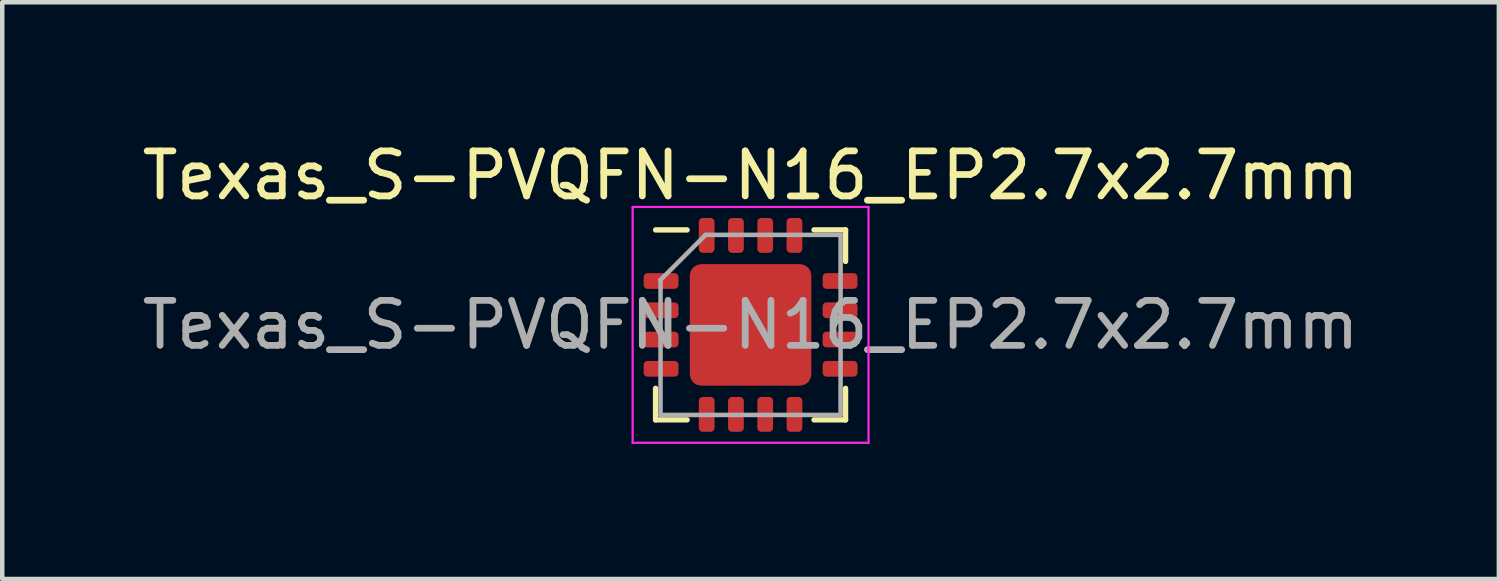
<source format=kicad_pcb>
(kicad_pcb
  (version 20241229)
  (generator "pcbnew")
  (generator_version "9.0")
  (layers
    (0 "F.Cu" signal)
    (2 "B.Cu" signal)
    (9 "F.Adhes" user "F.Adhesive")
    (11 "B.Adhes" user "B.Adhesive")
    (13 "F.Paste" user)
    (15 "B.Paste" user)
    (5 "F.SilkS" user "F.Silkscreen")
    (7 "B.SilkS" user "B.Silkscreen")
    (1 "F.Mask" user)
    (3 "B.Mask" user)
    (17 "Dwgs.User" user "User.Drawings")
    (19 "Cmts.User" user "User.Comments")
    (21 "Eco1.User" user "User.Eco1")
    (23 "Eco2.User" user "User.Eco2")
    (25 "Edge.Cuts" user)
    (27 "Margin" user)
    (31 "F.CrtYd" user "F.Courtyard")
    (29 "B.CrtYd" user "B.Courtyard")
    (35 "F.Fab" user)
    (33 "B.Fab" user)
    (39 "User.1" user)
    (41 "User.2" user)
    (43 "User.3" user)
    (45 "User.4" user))
  (footprint "Texas_S-PVQFN-N16_EP2.7x2.7mm"
    (layer "F.Cu")
    (at 13.625 4.168)
    (property "Reference" "Texas_S-PVQFN-N16_EP2.7x2.7mm" (at 0 -3.32 0) (layer "F.SilkS") (effects (font (size 1 1) (thickness 0.15))))
    (attr smd)
    (fp_line (start -2.11 2.11) (end -2.11 1.41) (stroke (width 0.12) (type solid)) (layer "F.SilkS"))
    (fp_line (start -1.41 -2.11) (end -2.11 -2.11) (stroke (width 0.12) (type solid)) (layer "F.SilkS"))
    (fp_line (start -1.41 2.11) (end -2.11 2.11) (stroke (width 0.12) (type solid)) (layer "F.SilkS"))
    (fp_line (start 1.41 -2.11) (end 2.11 -2.11) (stroke (width 0.12) (type solid)) (layer "F.SilkS"))
    (fp_line (start 1.41 2.11) (end 2.11 2.11) (stroke (width 0.12) (type solid)) (layer "F.SilkS"))
    (fp_line (start 2.11 -2.11) (end 2.11 -1.41) (stroke (width 0.12) (type solid)) (layer "F.SilkS"))
    (fp_line (start 2.11 2.11) (end 2.11 1.41) (stroke (width 0.12) (type solid)) (layer "F.SilkS"))
    (fp_line (start -2.62 -2.62) (end -2.62 2.62) (stroke (width 0.05) (type solid)) (layer "F.CrtYd"))
    (fp_line (start -2.62 2.62) (end 2.62 2.62) (stroke (width 0.05) (type solid)) (layer "F.CrtYd"))
    (fp_line (start 2.62 -2.62) (end -2.62 -2.62) (stroke (width 0.05) (type solid)) (layer "F.CrtYd"))
    (fp_line (start 2.62 2.62) (end 2.62 -2.62) (stroke (width 0.05) (type solid)) (layer "F.CrtYd"))
    (fp_line (start -2 -1) (end -1 -2) (stroke (width 0.1) (type solid)) (layer "F.Fab"))
    (fp_line (start -2 2) (end -2 -1) (stroke (width 0.1) (type solid)) (layer "F.Fab"))
    (fp_line (start -1 -2) (end 2 -2) (stroke (width 0.1) (type solid)) (layer "F.Fab"))
    (fp_line (start 2 -2) (end 2 2) (stroke (width 0.1) (type solid)) (layer "F.Fab"))
    (fp_line (start 2 2) (end -2 2) (stroke (width 0.1) (type solid)) (layer "F.Fab"))
    (fp_text user "${REFERENCE}" (at 0 0 0) (layer "F.Fab") (effects (font (size 1 1) (thickness 0.15))))
    (pad "" smd roundrect (at -0.9 -0.9) (size 0.73 0.73) (layers "F.Paste") (roundrect_rratio 0.25))
    (pad "" smd roundrect (at -0.9 0) (size 0.73 0.73) (layers "F.Paste") (roundrect_rratio 0.25))
    (pad "" smd roundrect (at -0.9 0.9) (size 0.73 0.73) (layers "F.Paste") (roundrect_rratio 0.25))
    (pad "" smd roundrect (at 0 -0.9) (size 0.73 0.73) (layers "F.Paste") (roundrect_rratio 0.25))
    (pad "" smd roundrect (at 0 0) (size 0.73 0.73) (layers "F.Paste") (roundrect_rratio 0.25))
    (pad "" smd roundrect (at 0 0.9) (size 0.73 0.73) (layers "F.Paste") (roundrect_rratio 0.25))
    (pad "" smd roundrect (at 0.9 -0.9) (size 0.73 0.73) (layers "F.Paste") (roundrect_rratio 0.25))
    (pad "" smd roundrect (at 0.9 0) (size 0.73 0.73) (layers "F.Paste") (roundrect_rratio 0.25))
    (pad "" smd roundrect (at 0.9 0.9) (size 0.73 0.73) (layers "F.Paste") (roundrect_rratio 0.25))
    (pad "1" smd roundrect (at -1.988 -0.975) (size 0.775 0.35) (layers "F.Cu" "F.Mask" "F.Paste") (roundrect_rratio 0.25))
    (pad "2" smd roundrect (at -1.988 -0.325) (size 0.775 0.35) (layers "F.Cu" "F.Mask" "F.Paste") (roundrect_rratio 0.25))
    (pad "3" smd roundrect (at -1.988 0.325) (size 0.775 0.35) (layers "F.Cu" "F.Mask" "F.Paste") (roundrect_rratio 0.25))
    (pad "4" smd roundrect (at -1.988 0.975) (size 0.775 0.35) (layers "F.Cu" "F.Mask" "F.Paste") (roundrect_rratio 0.25))
    (pad "5" smd roundrect (at -0.975 1.988) (size 0.35 0.775) (layers "F.Cu" "F.Mask" "F.Paste") (roundrect_rratio 0.25))
    (pad "6" smd roundrect (at -0.325 1.988) (size 0.35 0.775) (layers "F.Cu" "F.Mask" "F.Paste") (roundrect_rratio 0.25))
    (pad "7" smd roundrect (at 0.325 1.988) (size 0.35 0.775) (layers "F.Cu" "F.Mask" "F.Paste") (roundrect_rratio 0.25))
    (pad "8" smd roundrect (at 0.975 1.988) (size 0.35 0.775) (layers "F.Cu" "F.Mask" "F.Paste") (roundrect_rratio 0.25))
    (pad "9" smd roundrect (at 1.988 0.975) (size 0.775 0.35) (layers "F.Cu" "F.Mask" "F.Paste") (roundrect_rratio 0.25))
    (pad "10" smd roundrect (at 1.988 0.325) (size 0.775 0.35) (layers "F.Cu" "F.Mask" "F.Paste") (roundrect_rratio 0.25))
    (pad "11" smd roundrect (at 1.988 -0.325) (size 0.775 0.35) (layers "F.Cu" "F.Mask" "F.Paste") (roundrect_rratio 0.25))
    (pad "12" smd roundrect (at 1.988 -0.975) (size 0.775 0.35) (layers "F.Cu" "F.Mask" "F.Paste") (roundrect_rratio 0.25))
    (pad "13" smd roundrect (at 0.975 -1.988) (size 0.35 0.775) (layers "F.Cu" "F.Mask" "F.Paste") (roundrect_rratio 0.25))
    (pad "14" smd roundrect (at 0.325 -1.988) (size 0.35 0.775) (layers "F.Cu" "F.Mask" "F.Paste") (roundrect_rratio 0.25))
    (pad "15" smd roundrect (at -0.325 -1.988) (size 0.35 0.775) (layers "F.Cu" "F.Mask" "F.Paste") (roundrect_rratio 0.25))
    (pad "16" smd roundrect (at -0.975 -1.988) (size 0.35 0.775) (layers "F.Cu" "F.Mask" "F.Paste") (roundrect_rratio 0.25))
    (pad "17" smd roundrect (at 0 0) (size 2.7 2.7) (layers "F.Cu" "F.Mask") (roundrect_rratio 0.093)))
  (gr_rect
    (start -3 -3)
    (end 30.25 9.813)
    (stroke (width 0.1) (type default))
    (fill no)
    (layer "Edge.Cuts")))
</source>
